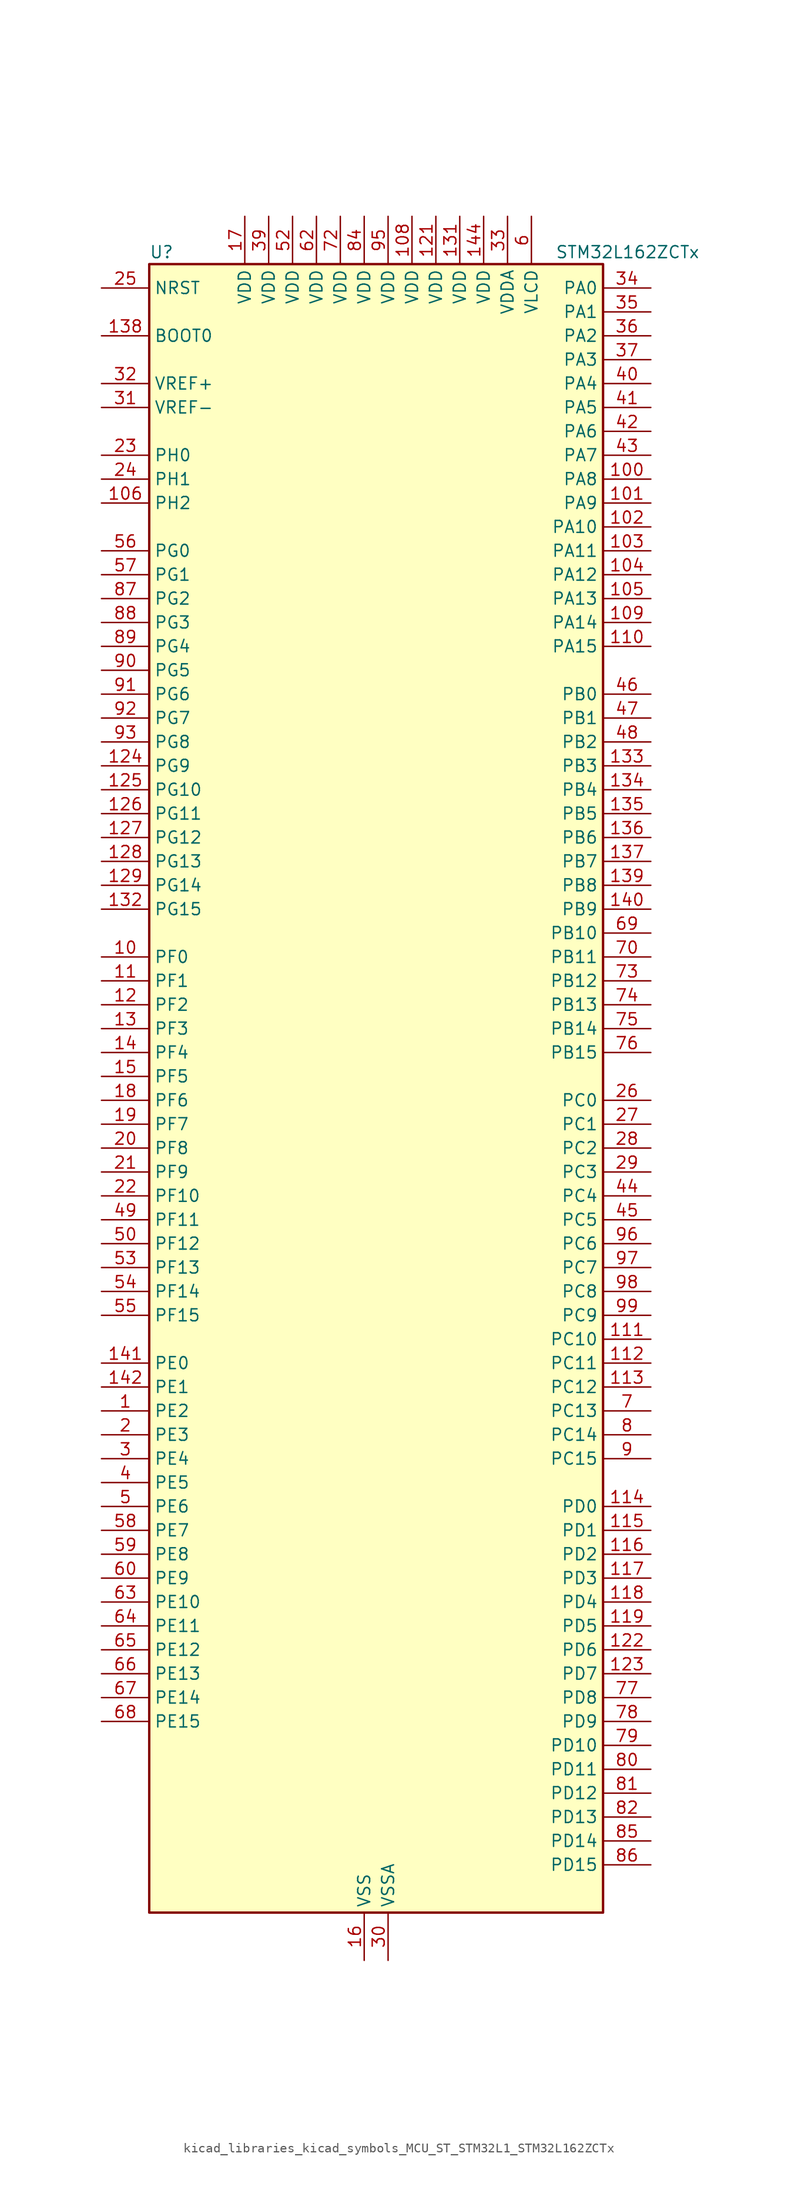
<source format=kicad_sym>
(kicad_symbol_lib
  (version 20220914)
  (generator kicad_symbol_editor)
  (symbol "kicad_libraries_kicad_symbols_MCU_ST_STM32L1_STM32L162ZCTx"
    (property "Reference" "U"
      (at -22.86 90.17 0)
      (effects (font (size 1.27 1.27)) (justify left)))
    (property "Value" "STM32L162ZCTx"
      (at 20.32 90.17 0)
      (effects (font (size 1.27 1.27)) (justify left)))
    (property "ki_locked" ""
      (at 0 0 0)
      (effects (font (size 1.27 1.27))))
    (symbol "kicad_libraries_kicad_symbols_MCU_ST_STM32L1_STM32L162ZCTx_0_1"
      (rectangle (start -22.86 -86.36) (end 25.4 88.9) (stroke (width 0.254) (type default)) (fill (type background))))
    (symbol "kicad_libraries_kicad_symbols_MCU_ST_STM32L1_STM32L162ZCTx_1_1"
      (pin bidirectional line (at -27.94 -33.02 0) (length 5.08) (name "PE2" (effects (font (size 1.27 1.27)))) (number "1" (effects (font (size 1.27 1.27)))) (alternate "LCD_SEG38" bidirectional line) (alternate "SYS_TRACECK" bidirectional line) (alternate "TIM3_ETR" bidirectional line) (alternate "TIMX_IC3" bidirectional line))
      (pin bidirectional line (at -27.94 15.24 0) (length 5.08) (name "PF0" (effects (font (size 1.27 1.27)))) (number "10" (effects (font (size 1.27 1.27)))))
      (pin bidirectional line (at 30.48 66.04 180) (length 5.08) (name "PA8" (effects (font (size 1.27 1.27)))) (number "100" (effects (font (size 1.27 1.27)))) (alternate "LCD_COM0" bidirectional line) (alternate "RCC_MCO" bidirectional line) (alternate "TIMX_IC1" bidirectional line) (alternate "TS_G4_IO1" bidirectional line) (alternate "USART1_CK" bidirectional line))
      (pin bidirectional line (at 30.48 63.5 180) (length 5.08) (name "PA9" (effects (font (size 1.27 1.27)))) (number "101" (effects (font (size 1.27 1.27)))) (alternate "DAC_EXTI9" bidirectional line) (alternate "LCD_COM1" bidirectional line) (alternate "TIMX_IC2" bidirectional line) (alternate "TS_G4_IO2" bidirectional line) (alternate "USART1_TX" bidirectional line))
      (pin bidirectional line (at 30.48 60.96 180) (length 5.08) (name "PA10" (effects (font (size 1.27 1.27)))) (number "102" (effects (font (size 1.27 1.27)))) (alternate "LCD_COM2" bidirectional line) (alternate "TIMX_IC3" bidirectional line) (alternate "TS_G4_IO3" bidirectional line) (alternate "USART1_RX" bidirectional line))
      (pin bidirectional line (at 30.48 58.42 180) (length 5.08) (name "PA11" (effects (font (size 1.27 1.27)))) (number "103" (effects (font (size 1.27 1.27)))) (alternate "ADC_EXTI11" bidirectional line) (alternate "SPI1_MISO" bidirectional line) (alternate "TIMX_IC4" bidirectional line) (alternate "USART1_CTS" bidirectional line) (alternate "USB_DM" bidirectional line))
      (pin bidirectional line (at 30.48 55.88 180) (length 5.08) (name "PA12" (effects (font (size 1.27 1.27)))) (number "104" (effects (font (size 1.27 1.27)))) (alternate "SPI1_MOSI" bidirectional line) (alternate "TIMX_IC1" bidirectional line) (alternate "USART1_RTS" bidirectional line) (alternate "USB_DP" bidirectional line))
      (pin bidirectional line (at 30.48 53.34 180) (length 5.08) (name "PA13" (effects (font (size 1.27 1.27)))) (number "105" (effects (font (size 1.27 1.27)))) (alternate "SYS_JTMS-SWDIO" bidirectional line) (alternate "TIMX_IC2" bidirectional line) (alternate "TS_G5_IO1" bidirectional line))
      (pin bidirectional line (at -27.94 63.5 0) (length 5.08) (name "PH2" (effects (font (size 1.27 1.27)))) (number "106" (effects (font (size 1.27 1.27)))))
      (pin passive line (at 0 -91.44 90) (length 5.08) hide (name "VSS" (effects (font (size 1.27 1.27)))) (number "107" (effects (font (size 1.27 1.27)))))
      (pin power_in line (at 5.08 93.98 270) (length 5.08) (name "VDD" (effects (font (size 1.27 1.27)))) (number "108" (effects (font (size 1.27 1.27)))))
      (pin bidirectional line (at 30.48 50.8 180) (length 5.08) (name "PA14" (effects (font (size 1.27 1.27)))) (number "109" (effects (font (size 1.27 1.27)))) (alternate "SYS_JTCK-SWCLK" bidirectional line) (alternate "TIMX_IC3" bidirectional line) (alternate "TS_G5_IO2" bidirectional line))
      (pin bidirectional line (at -27.94 12.7 0) (length 5.08) (name "PF1" (effects (font (size 1.27 1.27)))) (number "11" (effects (font (size 1.27 1.27)))))
      (pin bidirectional line (at 30.48 48.26 180) (length 5.08) (name "PA15" (effects (font (size 1.27 1.27)))) (number "110" (effects (font (size 1.27 1.27)))) (alternate "ADC_EXTI15" bidirectional line) (alternate "I2S3_WS" bidirectional line) (alternate "LCD_SEG17" bidirectional line) (alternate "SPI1_NSS" bidirectional line) (alternate "SPI3_NSS" bidirectional line) (alternate "SYS_JTDI" bidirectional line) (alternate "TIM2_CH1" bidirectional line) (alternate "TIM2_ETR" bidirectional line) (alternate "TIMX_IC4" bidirectional line) (alternate "TS_G5_IO3" bidirectional line))
      (pin bidirectional line (at 30.48 -25.4 180) (length 5.08) (name "PC10" (effects (font (size 1.27 1.27)))) (number "111" (effects (font (size 1.27 1.27)))) (alternate "I2S3_CK" bidirectional line) (alternate "LCD_COM4" bidirectional line) (alternate "LCD_SEG28" bidirectional line) (alternate "LCD_SEG40" bidirectional line) (alternate "SPI3_SCK" bidirectional line) (alternate "TIMX_IC3" bidirectional line) (alternate "USART3_TX" bidirectional line))
      (pin bidirectional line (at 30.48 -27.94 180) (length 5.08) (name "PC11" (effects (font (size 1.27 1.27)))) (number "112" (effects (font (size 1.27 1.27)))) (alternate "ADC_EXTI11" bidirectional line) (alternate "LCD_COM5" bidirectional line) (alternate "LCD_SEG29" bidirectional line) (alternate "LCD_SEG41" bidirectional line) (alternate "SPI3_MISO" bidirectional line) (alternate "TIMX_IC4" bidirectional line) (alternate "USART3_RX" bidirectional line))
      (pin bidirectional line (at 30.48 -30.48 180) (length 5.08) (name "PC12" (effects (font (size 1.27 1.27)))) (number "113" (effects (font (size 1.27 1.27)))) (alternate "I2S3_SD" bidirectional line) (alternate "LCD_COM6" bidirectional line) (alternate "LCD_SEG30" bidirectional line) (alternate "LCD_SEG42" bidirectional line) (alternate "SPI3_MOSI" bidirectional line) (alternate "TIMX_IC1" bidirectional line) (alternate "USART3_CK" bidirectional line))
      (pin bidirectional line (at 30.48 -43.18 180) (length 5.08) (name "PD0" (effects (font (size 1.27 1.27)))) (number "114" (effects (font (size 1.27 1.27)))) (alternate "I2S2_WS" bidirectional line) (alternate "SPI2_NSS" bidirectional line) (alternate "TIM9_CH1" bidirectional line) (alternate "TIMX_IC1" bidirectional line))
      (pin bidirectional line (at 30.48 -45.72 180) (length 5.08) (name "PD1" (effects (font (size 1.27 1.27)))) (number "115" (effects (font (size 1.27 1.27)))) (alternate "I2S2_CK" bidirectional line) (alternate "SPI2_SCK" bidirectional line) (alternate "TIMX_IC2" bidirectional line))
      (pin bidirectional line (at 30.48 -48.26 180) (length 5.08) (name "PD2" (effects (font (size 1.27 1.27)))) (number "116" (effects (font (size 1.27 1.27)))) (alternate "LCD_COM7" bidirectional line) (alternate "LCD_SEG31" bidirectional line) (alternate "LCD_SEG43" bidirectional line) (alternate "TIM3_ETR" bidirectional line) (alternate "TIMX_IC3" bidirectional line))
      (pin bidirectional line (at 30.48 -50.8 180) (length 5.08) (name "PD3" (effects (font (size 1.27 1.27)))) (number "117" (effects (font (size 1.27 1.27)))) (alternate "SPI2_MISO" bidirectional line) (alternate "TIMX_IC4" bidirectional line) (alternate "USART2_CTS" bidirectional line))
      (pin bidirectional line (at 30.48 -53.34 180) (length 5.08) (name "PD4" (effects (font (size 1.27 1.27)))) (number "118" (effects (font (size 1.27 1.27)))) (alternate "I2S2_SD" bidirectional line) (alternate "SPI2_MOSI" bidirectional line) (alternate "TIMX_IC1" bidirectional line) (alternate "USART2_RTS" bidirectional line))
      (pin bidirectional line (at 30.48 -55.88 180) (length 5.08) (name "PD5" (effects (font (size 1.27 1.27)))) (number "119" (effects (font (size 1.27 1.27)))) (alternate "TIMX_IC2" bidirectional line) (alternate "USART2_TX" bidirectional line))
      (pin bidirectional line (at -27.94 10.16 0) (length 5.08) (name "PF2" (effects (font (size 1.27 1.27)))) (number "12" (effects (font (size 1.27 1.27)))))
      (pin passive line (at 0 -91.44 90) (length 5.08) hide (name "VSS" (effects (font (size 1.27 1.27)))) (number "120" (effects (font (size 1.27 1.27)))))
      (pin power_in line (at 7.62 93.98 270) (length 5.08) (name "VDD" (effects (font (size 1.27 1.27)))) (number "121" (effects (font (size 1.27 1.27)))))
      (pin bidirectional line (at 30.48 -58.42 180) (length 5.08) (name "PD6" (effects (font (size 1.27 1.27)))) (number "122" (effects (font (size 1.27 1.27)))) (alternate "TIMX_IC3" bidirectional line) (alternate "USART2_RX" bidirectional line))
      (pin bidirectional line (at 30.48 -60.96 180) (length 5.08) (name "PD7" (effects (font (size 1.27 1.27)))) (number "123" (effects (font (size 1.27 1.27)))) (alternate "TIM9_CH2" bidirectional line) (alternate "TIMX_IC4" bidirectional line) (alternate "USART2_CK" bidirectional line))
      (pin bidirectional line (at -27.94 35.56 0) (length 5.08) (name "PG9" (effects (font (size 1.27 1.27)))) (number "124" (effects (font (size 1.27 1.27)))) (alternate "DAC_EXTI9" bidirectional line))
      (pin bidirectional line (at -27.94 33.02 0) (length 5.08) (name "PG10" (effects (font (size 1.27 1.27)))) (number "125" (effects (font (size 1.27 1.27)))))
      (pin bidirectional line (at -27.94 30.48 0) (length 5.08) (name "PG11" (effects (font (size 1.27 1.27)))) (number "126" (effects (font (size 1.27 1.27)))) (alternate "ADC_EXTI11" bidirectional line))
      (pin bidirectional line (at -27.94 27.94 0) (length 5.08) (name "PG12" (effects (font (size 1.27 1.27)))) (number "127" (effects (font (size 1.27 1.27)))))
      (pin bidirectional line (at -27.94 25.4 0) (length 5.08) (name "PG13" (effects (font (size 1.27 1.27)))) (number "128" (effects (font (size 1.27 1.27)))))
      (pin bidirectional line (at -27.94 22.86 0) (length 5.08) (name "PG14" (effects (font (size 1.27 1.27)))) (number "129" (effects (font (size 1.27 1.27)))))
      (pin bidirectional line (at -27.94 7.62 0) (length 5.08) (name "PF3" (effects (font (size 1.27 1.27)))) (number "13" (effects (font (size 1.27 1.27)))))
      (pin passive line (at 0 -91.44 90) (length 5.08) hide (name "VSS" (effects (font (size 1.27 1.27)))) (number "130" (effects (font (size 1.27 1.27)))))
      (pin power_in line (at 10.16 93.98 270) (length 5.08) (name "VDD" (effects (font (size 1.27 1.27)))) (number "131" (effects (font (size 1.27 1.27)))))
      (pin bidirectional line (at -27.94 20.32 0) (length 5.08) (name "PG15" (effects (font (size 1.27 1.27)))) (number "132" (effects (font (size 1.27 1.27)))) (alternate "ADC_EXTI15" bidirectional line))
      (pin bidirectional line (at 30.48 35.56 180) (length 5.08) (name "PB3" (effects (font (size 1.27 1.27)))) (number "133" (effects (font (size 1.27 1.27)))) (alternate "COMP2_INM" bidirectional line) (alternate "I2S3_CK" bidirectional line) (alternate "LCD_SEG7" bidirectional line) (alternate "SPI1_SCK" bidirectional line) (alternate "SPI3_SCK" bidirectional line) (alternate "SYS_JTDO-TRACESWO" bidirectional line) (alternate "TIM2_CH2" bidirectional line))
      (pin bidirectional line (at 30.48 33.02 180) (length 5.08) (name "PB4" (effects (font (size 1.27 1.27)))) (number "134" (effects (font (size 1.27 1.27)))) (alternate "COMP2_INP" bidirectional line) (alternate "LCD_SEG8" bidirectional line) (alternate "SPI1_MISO" bidirectional line) (alternate "SPI3_MISO" bidirectional line) (alternate "SYS_JTRST" bidirectional line) (alternate "TIM3_CH1" bidirectional line) (alternate "TS_G6_IO1" bidirectional line))
      (pin bidirectional line (at 30.48 30.48 180) (length 5.08) (name "PB5" (effects (font (size 1.27 1.27)))) (number "135" (effects (font (size 1.27 1.27)))) (alternate "COMP2_INP" bidirectional line) (alternate "I2C1_SMBA" bidirectional line) (alternate "I2S3_SD" bidirectional line) (alternate "LCD_SEG9" bidirectional line) (alternate "SPI1_MOSI" bidirectional line) (alternate "SPI3_MOSI" bidirectional line) (alternate "TIM3_CH2" bidirectional line) (alternate "TS_G6_IO2" bidirectional line))
      (pin bidirectional line (at 30.48 27.94 180) (length 5.08) (name "PB6" (effects (font (size 1.27 1.27)))) (number "136" (effects (font (size 1.27 1.27)))) (alternate "COMP2_INP" bidirectional line) (alternate "I2C1_SCL" bidirectional line) (alternate "TIM4_CH1" bidirectional line) (alternate "TS_G6_IO3" bidirectional line) (alternate "USART1_TX" bidirectional line))
      (pin bidirectional line (at 30.48 25.4 180) (length 5.08) (name "PB7" (effects (font (size 1.27 1.27)))) (number "137" (effects (font (size 1.27 1.27)))) (alternate "COMP2_INP" bidirectional line) (alternate "I2C1_SDA" bidirectional line) (alternate "SYS_PVD_IN" bidirectional line) (alternate "TIM4_CH2" bidirectional line) (alternate "TS_G6_IO4" bidirectional line) (alternate "USART1_RX" bidirectional line))
      (pin input line (at -27.94 81.28 0) (length 5.08) (name "BOOT0" (effects (font (size 1.27 1.27)))) (number "138" (effects (font (size 1.27 1.27)))))
      (pin bidirectional line (at 30.48 22.86 180) (length 5.08) (name "PB8" (effects (font (size 1.27 1.27)))) (number "139" (effects (font (size 1.27 1.27)))) (alternate "I2C1_SCL" bidirectional line) (alternate "LCD_SEG16" bidirectional line) (alternate "TIM10_CH1" bidirectional line) (alternate "TIM4_CH3" bidirectional line))
      (pin bidirectional line (at -27.94 5.08 0) (length 5.08) (name "PF4" (effects (font (size 1.27 1.27)))) (number "14" (effects (font (size 1.27 1.27)))))
      (pin bidirectional line (at 30.48 20.32 180) (length 5.08) (name "PB9" (effects (font (size 1.27 1.27)))) (number "140" (effects (font (size 1.27 1.27)))) (alternate "DAC_EXTI9" bidirectional line) (alternate "I2C1_SDA" bidirectional line) (alternate "LCD_COM3" bidirectional line) (alternate "TIM11_CH1" bidirectional line) (alternate "TIM4_CH4" bidirectional line))
      (pin bidirectional line (at -27.94 -27.94 0) (length 5.08) (name "PE0" (effects (font (size 1.27 1.27)))) (number "141" (effects (font (size 1.27 1.27)))) (alternate "LCD_SEG36" bidirectional line) (alternate "TIM10_CH1" bidirectional line) (alternate "TIM4_ETR" bidirectional line) (alternate "TIMX_IC1" bidirectional line))
      (pin bidirectional line (at -27.94 -30.48 0) (length 5.08) (name "PE1" (effects (font (size 1.27 1.27)))) (number "142" (effects (font (size 1.27 1.27)))) (alternate "LCD_SEG37" bidirectional line) (alternate "TIM11_CH1" bidirectional line) (alternate "TIMX_IC2" bidirectional line))
      (pin passive line (at 0 -91.44 90) (length 5.08) hide (name "VSS" (effects (font (size 1.27 1.27)))) (number "143" (effects (font (size 1.27 1.27)))))
      (pin power_in line (at 12.7 93.98 270) (length 5.08) (name "VDD" (effects (font (size 1.27 1.27)))) (number "144" (effects (font (size 1.27 1.27)))))
      (pin bidirectional line (at -27.94 2.54 0) (length 5.08) (name "PF5" (effects (font (size 1.27 1.27)))) (number "15" (effects (font (size 1.27 1.27)))))
      (pin power_in line (at 0 -91.44 90) (length 5.08) (name "VSS" (effects (font (size 1.27 1.27)))) (number "16" (effects (font (size 1.27 1.27)))))
      (pin power_in line (at -12.7 93.98 270) (length 5.08) (name "VDD" (effects (font (size 1.27 1.27)))) (number "17" (effects (font (size 1.27 1.27)))))
      (pin bidirectional line (at -27.94 0 0) (length 5.08) (name "PF6" (effects (font (size 1.27 1.27)))) (number "18" (effects (font (size 1.27 1.27)))) (alternate "ADC_IN27" bidirectional line) (alternate "TIM5_CH1" bidirectional line) (alternate "TIM5_ETR" bidirectional line) (alternate "TS_G11_IO1" bidirectional line))
      (pin bidirectional line (at -27.94 -2.54 0) (length 5.08) (name "PF7" (effects (font (size 1.27 1.27)))) (number "19" (effects (font (size 1.27 1.27)))) (alternate "ADC_IN28" bidirectional line) (alternate "COMP1_INP" bidirectional line) (alternate "TIM5_CH2" bidirectional line) (alternate "TS_G11_IO2" bidirectional line))
      (pin bidirectional line (at -27.94 -35.56 0) (length 5.08) (name "PE3" (effects (font (size 1.27 1.27)))) (number "2" (effects (font (size 1.27 1.27)))) (alternate "LCD_SEG39" bidirectional line) (alternate "SYS_TRACED0" bidirectional line) (alternate "TIM3_CH1" bidirectional line) (alternate "TIMX_IC4" bidirectional line))
      (pin bidirectional line (at -27.94 -5.08 0) (length 5.08) (name "PF8" (effects (font (size 1.27 1.27)))) (number "20" (effects (font (size 1.27 1.27)))) (alternate "ADC_IN29" bidirectional line) (alternate "COMP1_INP" bidirectional line) (alternate "TIM5_CH3" bidirectional line) (alternate "TS_G11_IO3" bidirectional line))
      (pin bidirectional line (at -27.94 -7.62 0) (length 5.08) (name "PF9" (effects (font (size 1.27 1.27)))) (number "21" (effects (font (size 1.27 1.27)))) (alternate "ADC_IN30" bidirectional line) (alternate "COMP1_INP" bidirectional line) (alternate "DAC_EXTI9" bidirectional line) (alternate "TIM5_CH4" bidirectional line) (alternate "TS_G11_IO4" bidirectional line))
      (pin bidirectional line (at -27.94 -10.16 0) (length 5.08) (name "PF10" (effects (font (size 1.27 1.27)))) (number "22" (effects (font (size 1.27 1.27)))) (alternate "ADC_IN31" bidirectional line) (alternate "COMP1_INP" bidirectional line) (alternate "TS_G11_IO5" bidirectional line))
      (pin bidirectional line (at -27.94 68.58 0) (length 5.08) (name "PH0" (effects (font (size 1.27 1.27)))) (number "23" (effects (font (size 1.27 1.27)))) (alternate "RCC_OSC_IN" bidirectional line))
      (pin bidirectional line (at -27.94 66.04 0) (length 5.08) (name "PH1" (effects (font (size 1.27 1.27)))) (number "24" (effects (font (size 1.27 1.27)))) (alternate "RCC_OSC_OUT" bidirectional line))
      (pin input line (at -27.94 86.36 0) (length 5.08) (name "NRST" (effects (font (size 1.27 1.27)))) (number "25" (effects (font (size 1.27 1.27)))))
      (pin bidirectional line (at 30.48 0 180) (length 5.08) (name "PC0" (effects (font (size 1.27 1.27)))) (number "26" (effects (font (size 1.27 1.27)))) (alternate "ADC_IN10" bidirectional line) (alternate "COMP1_INP" bidirectional line) (alternate "LCD_SEG18" bidirectional line) (alternate "TIMX_IC1" bidirectional line) (alternate "TS_G8_IO1" bidirectional line))
      (pin bidirectional line (at 30.48 -2.54 180) (length 5.08) (name "PC1" (effects (font (size 1.27 1.27)))) (number "27" (effects (font (size 1.27 1.27)))) (alternate "ADC_IN11" bidirectional line) (alternate "COMP1_INP" bidirectional line) (alternate "LCD_SEG19" bidirectional line) (alternate "TIMX_IC2" bidirectional line) (alternate "TS_G8_IO2" bidirectional line))
      (pin bidirectional line (at 30.48 -5.08 180) (length 5.08) (name "PC2" (effects (font (size 1.27 1.27)))) (number "28" (effects (font (size 1.27 1.27)))) (alternate "ADC_IN12" bidirectional line) (alternate "COMP1_INP" bidirectional line) (alternate "LCD_SEG20" bidirectional line) (alternate "TIMX_IC3" bidirectional line) (alternate "TS_G8_IO3" bidirectional line))
      (pin bidirectional line (at 30.48 -7.62 180) (length 5.08) (name "PC3" (effects (font (size 1.27 1.27)))) (number "29" (effects (font (size 1.27 1.27)))) (alternate "ADC_IN13" bidirectional line) (alternate "COMP1_INP" bidirectional line) (alternate "LCD_SEG21" bidirectional line) (alternate "TIMX_IC4" bidirectional line) (alternate "TS_G8_IO4" bidirectional line))
      (pin bidirectional line (at -27.94 -38.1 0) (length 5.08) (name "PE4" (effects (font (size 1.27 1.27)))) (number "3" (effects (font (size 1.27 1.27)))) (alternate "SYS_TRACED1" bidirectional line) (alternate "TIM3_CH2" bidirectional line) (alternate "TIMX_IC1" bidirectional line))
      (pin power_in line (at 2.54 -91.44 90) (length 5.08) (name "VSSA" (effects (font (size 1.27 1.27)))) (number "30" (effects (font (size 1.27 1.27)))))
      (pin input line (at -27.94 73.66 0) (length 5.08) (name "VREF-" (effects (font (size 1.27 1.27)))) (number "31" (effects (font (size 1.27 1.27)))))
      (pin input line (at -27.94 76.2 0) (length 5.08) (name "VREF+" (effects (font (size 1.27 1.27)))) (number "32" (effects (font (size 1.27 1.27)))))
      (pin power_in line (at 15.24 93.98 270) (length 5.08) (name "VDDA" (effects (font (size 1.27 1.27)))) (number "33" (effects (font (size 1.27 1.27)))))
      (pin bidirectional line (at 30.48 86.36 180) (length 5.08) (name "PA0" (effects (font (size 1.27 1.27)))) (number "34" (effects (font (size 1.27 1.27)))) (alternate "ADC_IN0" bidirectional line) (alternate "COMP1_INP" bidirectional line) (alternate "RTC_TAMP2" bidirectional line) (alternate "SYS_WKUP1" bidirectional line) (alternate "TIM2_CH1" bidirectional line) (alternate "TIM2_ETR" bidirectional line) (alternate "TIM5_CH1" bidirectional line) (alternate "TIMX_IC1" bidirectional line) (alternate "TS_G1_IO1" bidirectional line) (alternate "USART2_CTS" bidirectional line))
      (pin bidirectional line (at 30.48 83.82 180) (length 5.08) (name "PA1" (effects (font (size 1.27 1.27)))) (number "35" (effects (font (size 1.27 1.27)))) (alternate "ADC_IN1" bidirectional line) (alternate "COMP1_INP" bidirectional line) (alternate "LCD_SEG0" bidirectional line) (alternate "OPAMP1_VINP" bidirectional line) (alternate "TIM2_CH2" bidirectional line) (alternate "TIM5_CH2" bidirectional line) (alternate "TIMX_IC2" bidirectional line) (alternate "TS_G1_IO2" bidirectional line) (alternate "USART2_RTS" bidirectional line))
      (pin bidirectional line (at 30.48 81.28 180) (length 5.08) (name "PA2" (effects (font (size 1.27 1.27)))) (number "36" (effects (font (size 1.27 1.27)))) (alternate "ADC_IN2" bidirectional line) (alternate "COMP1_INP" bidirectional line) (alternate "LCD_SEG1" bidirectional line) (alternate "OPAMP1_VINM" bidirectional line) (alternate "TIM2_CH3" bidirectional line) (alternate "TIM5_CH3" bidirectional line) (alternate "TIM9_CH1" bidirectional line) (alternate "TIMX_IC3" bidirectional line) (alternate "TS_G1_IO3" bidirectional line) (alternate "USART2_TX" bidirectional line))
      (pin bidirectional line (at 30.48 78.74 180) (length 5.08) (name "PA3" (effects (font (size 1.27 1.27)))) (number "37" (effects (font (size 1.27 1.27)))) (alternate "ADC_IN3" bidirectional line) (alternate "COMP1_INP" bidirectional line) (alternate "LCD_SEG2" bidirectional line) (alternate "OPAMP1_VOUT" bidirectional line) (alternate "TIM2_CH4" bidirectional line) (alternate "TIM5_CH4" bidirectional line) (alternate "TIM9_CH2" bidirectional line) (alternate "TIMX_IC4" bidirectional line) (alternate "TS_G1_IO4" bidirectional line) (alternate "USART2_RX" bidirectional line))
      (pin passive line (at 0 -91.44 90) (length 5.08) hide (name "VSS" (effects (font (size 1.27 1.27)))) (number "38" (effects (font (size 1.27 1.27)))))
      (pin power_in line (at -10.16 93.98 270) (length 5.08) (name "VDD" (effects (font (size 1.27 1.27)))) (number "39" (effects (font (size 1.27 1.27)))))
      (pin bidirectional line (at -27.94 -40.64 0) (length 5.08) (name "PE5" (effects (font (size 1.27 1.27)))) (number "4" (effects (font (size 1.27 1.27)))) (alternate "SYS_TRACED2" bidirectional line) (alternate "TIM9_CH1" bidirectional line) (alternate "TIMX_IC2" bidirectional line))
      (pin bidirectional line (at 30.48 76.2 180) (length 5.08) (name "PA4" (effects (font (size 1.27 1.27)))) (number "40" (effects (font (size 1.27 1.27)))) (alternate "ADC_IN4" bidirectional line) (alternate "COMP1_INP" bidirectional line) (alternate "DAC_OUT1" bidirectional line) (alternate "I2S3_WS" bidirectional line) (alternate "SPI1_NSS" bidirectional line) (alternate "SPI3_NSS" bidirectional line) (alternate "TIMX_IC1" bidirectional line) (alternate "USART2_CK" bidirectional line))
      (pin bidirectional line (at 30.48 73.66 180) (length 5.08) (name "PA5" (effects (font (size 1.27 1.27)))) (number "41" (effects (font (size 1.27 1.27)))) (alternate "ADC_IN5" bidirectional line) (alternate "COMP1_INP" bidirectional line) (alternate "DAC_OUT2" bidirectional line) (alternate "SPI1_SCK" bidirectional line) (alternate "TIM2_CH1" bidirectional line) (alternate "TIM2_ETR" bidirectional line) (alternate "TIMX_IC2" bidirectional line))
      (pin bidirectional line (at 30.48 71.12 180) (length 5.08) (name "PA6" (effects (font (size 1.27 1.27)))) (number "42" (effects (font (size 1.27 1.27)))) (alternate "ADC_IN6" bidirectional line) (alternate "COMP1_INP" bidirectional line) (alternate "LCD_SEG3" bidirectional line) (alternate "OPAMP2_VINP" bidirectional line) (alternate "SPI1_MISO" bidirectional line) (alternate "TIM10_CH1" bidirectional line) (alternate "TIM3_CH1" bidirectional line) (alternate "TIMX_IC3" bidirectional line) (alternate "TS_G2_IO1" bidirectional line))
      (pin bidirectional line (at 30.48 68.58 180) (length 5.08) (name "PA7" (effects (font (size 1.27 1.27)))) (number "43" (effects (font (size 1.27 1.27)))) (alternate "ADC_IN7" bidirectional line) (alternate "COMP1_INP" bidirectional line) (alternate "LCD_SEG4" bidirectional line) (alternate "OPAMP2_VINM" bidirectional line) (alternate "SPI1_MOSI" bidirectional line) (alternate "TIM11_CH1" bidirectional line) (alternate "TIM3_CH2" bidirectional line) (alternate "TIMX_IC4" bidirectional line) (alternate "TS_G2_IO2" bidirectional line))
      (pin bidirectional line (at 30.48 -10.16 180) (length 5.08) (name "PC4" (effects (font (size 1.27 1.27)))) (number "44" (effects (font (size 1.27 1.27)))) (alternate "ADC_IN14" bidirectional line) (alternate "COMP1_INP" bidirectional line) (alternate "LCD_SEG22" bidirectional line) (alternate "TIMX_IC1" bidirectional line) (alternate "TS_G9_IO1" bidirectional line))
      (pin bidirectional line (at 30.48 -12.7 180) (length 5.08) (name "PC5" (effects (font (size 1.27 1.27)))) (number "45" (effects (font (size 1.27 1.27)))) (alternate "ADC_IN15" bidirectional line) (alternate "COMP1_INP" bidirectional line) (alternate "LCD_SEG23" bidirectional line) (alternate "TIMX_IC2" bidirectional line) (alternate "TS_G9_IO2" bidirectional line))
      (pin bidirectional line (at 30.48 43.18 180) (length 5.08) (name "PB0" (effects (font (size 1.27 1.27)))) (number "46" (effects (font (size 1.27 1.27)))) (alternate "ADC_IN8" bidirectional line) (alternate "COMP1_INP" bidirectional line) (alternate "LCD_SEG5" bidirectional line) (alternate "OPAMP2_VOUT" bidirectional line) (alternate "SYS_V_REF_OUT" bidirectional line) (alternate "TIM3_CH3" bidirectional line) (alternate "TS_G3_IO1" bidirectional line))
      (pin bidirectional line (at 30.48 40.64 180) (length 5.08) (name "PB1" (effects (font (size 1.27 1.27)))) (number "47" (effects (font (size 1.27 1.27)))) (alternate "ADC_IN9" bidirectional line) (alternate "COMP1_INP" bidirectional line) (alternate "LCD_SEG6" bidirectional line) (alternate "SYS_V_REF_OUT" bidirectional line) (alternate "TIM3_CH4" bidirectional line) (alternate "TS_G3_IO2" bidirectional line))
      (pin bidirectional line (at 30.48 38.1 180) (length 5.08) (name "PB2" (effects (font (size 1.27 1.27)))) (number "48" (effects (font (size 1.27 1.27)))) (alternate "ADC_IN0b" bidirectional line) (alternate "TS_G3_IO3" bidirectional line))
      (pin bidirectional line (at -27.94 -12.7 0) (length 5.08) (name "PF11" (effects (font (size 1.27 1.27)))) (number "49" (effects (font (size 1.27 1.27)))) (alternate "ADC_EXTI11" bidirectional line) (alternate "ADC_IN1b" bidirectional line) (alternate "TS_G3_IO4" bidirectional line))
      (pin bidirectional line (at -27.94 -43.18 0) (length 5.08) (name "PE6" (effects (font (size 1.27 1.27)))) (number "5" (effects (font (size 1.27 1.27)))) (alternate "RTC_TAMP3" bidirectional line) (alternate "SYS_TRACED3" bidirectional line) (alternate "SYS_WKUP3" bidirectional line) (alternate "TIM9_CH2" bidirectional line) (alternate "TIMX_IC3" bidirectional line))
      (pin bidirectional line (at -27.94 -15.24 0) (length 5.08) (name "PF12" (effects (font (size 1.27 1.27)))) (number "50" (effects (font (size 1.27 1.27)))) (alternate "ADC_IN2b" bidirectional line) (alternate "TS_G3_IO5" bidirectional line))
      (pin passive line (at 0 -91.44 90) (length 5.08) hide (name "VSS" (effects (font (size 1.27 1.27)))) (number "51" (effects (font (size 1.27 1.27)))))
      (pin power_in line (at -7.62 93.98 270) (length 5.08) (name "VDD" (effects (font (size 1.27 1.27)))) (number "52" (effects (font (size 1.27 1.27)))))
      (pin bidirectional line (at -27.94 -17.78 0) (length 5.08) (name "PF13" (effects (font (size 1.27 1.27)))) (number "53" (effects (font (size 1.27 1.27)))) (alternate "ADC_IN3b" bidirectional line) (alternate "TS_G9_IO3" bidirectional line))
      (pin bidirectional line (at -27.94 -20.32 0) (length 5.08) (name "PF14" (effects (font (size 1.27 1.27)))) (number "54" (effects (font (size 1.27 1.27)))) (alternate "ADC_IN6b" bidirectional line) (alternate "TS_G9_IO4" bidirectional line))
      (pin bidirectional line (at -27.94 -22.86 0) (length 5.08) (name "PF15" (effects (font (size 1.27 1.27)))) (number "55" (effects (font (size 1.27 1.27)))) (alternate "ADC_EXTI15" bidirectional line) (alternate "ADC_IN7b" bidirectional line) (alternate "TS_G2_IO3" bidirectional line))
      (pin bidirectional line (at -27.94 58.42 0) (length 5.08) (name "PG0" (effects (font (size 1.27 1.27)))) (number "56" (effects (font (size 1.27 1.27)))) (alternate "ADC_IN8b" bidirectional line) (alternate "TS_G2_IO4" bidirectional line))
      (pin bidirectional line (at -27.94 55.88 0) (length 5.08) (name "PG1" (effects (font (size 1.27 1.27)))) (number "57" (effects (font (size 1.27 1.27)))) (alternate "ADC_IN9b" bidirectional line) (alternate "TS_G2_IO5" bidirectional line))
      (pin bidirectional line (at -27.94 -45.72 0) (length 5.08) (name "PE7" (effects (font (size 1.27 1.27)))) (number "58" (effects (font (size 1.27 1.27)))) (alternate "ADC_IN22" bidirectional line) (alternate "COMP1_INP" bidirectional line) (alternate "TIMX_IC4" bidirectional line))
      (pin bidirectional line (at -27.94 -48.26 0) (length 5.08) (name "PE8" (effects (font (size 1.27 1.27)))) (number "59" (effects (font (size 1.27 1.27)))) (alternate "ADC_IN23" bidirectional line) (alternate "COMP1_INP" bidirectional line) (alternate "TIMX_IC1" bidirectional line))
      (pin power_in line (at 17.78 93.98 270) (length 5.08) (name "VLCD" (effects (font (size 1.27 1.27)))) (number "6" (effects (font (size 1.27 1.27)))))
      (pin bidirectional line (at -27.94 -50.8 0) (length 5.08) (name "PE9" (effects (font (size 1.27 1.27)))) (number "60" (effects (font (size 1.27 1.27)))) (alternate "ADC_IN24" bidirectional line) (alternate "COMP1_INP" bidirectional line) (alternate "DAC_EXTI9" bidirectional line) (alternate "TIM2_CH1" bidirectional line) (alternate "TIM2_ETR" bidirectional line) (alternate "TIMX_IC2" bidirectional line))
      (pin passive line (at 0 -91.44 90) (length 5.08) hide (name "VSS" (effects (font (size 1.27 1.27)))) (number "61" (effects (font (size 1.27 1.27)))))
      (pin power_in line (at -5.08 93.98 270) (length 5.08) (name "VDD" (effects (font (size 1.27 1.27)))) (number "62" (effects (font (size 1.27 1.27)))))
      (pin bidirectional line (at -27.94 -53.34 0) (length 5.08) (name "PE10" (effects (font (size 1.27 1.27)))) (number "63" (effects (font (size 1.27 1.27)))) (alternate "ADC_IN25" bidirectional line) (alternate "COMP1_INP" bidirectional line) (alternate "TIM2_CH2" bidirectional line) (alternate "TIMX_IC3" bidirectional line))
      (pin bidirectional line (at -27.94 -55.88 0) (length 5.08) (name "PE11" (effects (font (size 1.27 1.27)))) (number "64" (effects (font (size 1.27 1.27)))) (alternate "ADC_EXTI11" bidirectional line) (alternate "TIM2_CH3" bidirectional line) (alternate "TIMX_IC4" bidirectional line))
      (pin bidirectional line (at -27.94 -58.42 0) (length 5.08) (name "PE12" (effects (font (size 1.27 1.27)))) (number "65" (effects (font (size 1.27 1.27)))) (alternate "SPI1_NSS" bidirectional line) (alternate "TIM2_CH4" bidirectional line) (alternate "TIMX_IC1" bidirectional line))
      (pin bidirectional line (at -27.94 -60.96 0) (length 5.08) (name "PE13" (effects (font (size 1.27 1.27)))) (number "66" (effects (font (size 1.27 1.27)))) (alternate "SPI1_SCK" bidirectional line) (alternate "TIMX_IC2" bidirectional line))
      (pin bidirectional line (at -27.94 -63.5 0) (length 5.08) (name "PE14" (effects (font (size 1.27 1.27)))) (number "67" (effects (font (size 1.27 1.27)))) (alternate "SPI1_MISO" bidirectional line) (alternate "TIMX_IC3" bidirectional line))
      (pin bidirectional line (at -27.94 -66.04 0) (length 5.08) (name "PE15" (effects (font (size 1.27 1.27)))) (number "68" (effects (font (size 1.27 1.27)))) (alternate "ADC_EXTI15" bidirectional line) (alternate "SPI1_MOSI" bidirectional line) (alternate "TIMX_IC4" bidirectional line))
      (pin bidirectional line (at 30.48 17.78 180) (length 5.08) (name "PB10" (effects (font (size 1.27 1.27)))) (number "69" (effects (font (size 1.27 1.27)))) (alternate "I2C2_SCL" bidirectional line) (alternate "LCD_SEG10" bidirectional line) (alternate "TIM2_CH3" bidirectional line) (alternate "USART3_TX" bidirectional line))
      (pin bidirectional line (at 30.48 -33.02 180) (length 5.08) (name "PC13" (effects (font (size 1.27 1.27)))) (number "7" (effects (font (size 1.27 1.27)))) (alternate "RTC_OUT_ALARM" bidirectional line) (alternate "RTC_OUT_CALIB" bidirectional line) (alternate "RTC_TAMP1" bidirectional line) (alternate "RTC_TS" bidirectional line) (alternate "SYS_WKUP2" bidirectional line) (alternate "TIMX_IC2" bidirectional line))
      (pin bidirectional line (at 30.48 15.24 180) (length 5.08) (name "PB11" (effects (font (size 1.27 1.27)))) (number "70" (effects (font (size 1.27 1.27)))) (alternate "ADC_EXTI11" bidirectional line) (alternate "I2C2_SDA" bidirectional line) (alternate "LCD_SEG11" bidirectional line) (alternate "TIM2_CH4" bidirectional line) (alternate "USART3_RX" bidirectional line))
      (pin passive line (at 0 -91.44 90) (length 5.08) hide (name "VSS" (effects (font (size 1.27 1.27)))) (number "71" (effects (font (size 1.27 1.27)))))
      (pin power_in line (at -2.54 93.98 270) (length 5.08) (name "VDD" (effects (font (size 1.27 1.27)))) (number "72" (effects (font (size 1.27 1.27)))))
      (pin bidirectional line (at 30.48 12.7 180) (length 5.08) (name "PB12" (effects (font (size 1.27 1.27)))) (number "73" (effects (font (size 1.27 1.27)))) (alternate "ADC_IN18" bidirectional line) (alternate "COMP1_INP" bidirectional line) (alternate "I2C2_SMBA" bidirectional line) (alternate "I2S2_WS" bidirectional line) (alternate "LCD_SEG12" bidirectional line) (alternate "SPI2_NSS" bidirectional line) (alternate "TIM10_CH1" bidirectional line) (alternate "TS_G7_IO1" bidirectional line) (alternate "USART3_CK" bidirectional line))
      (pin bidirectional line (at 30.48 10.16 180) (length 5.08) (name "PB13" (effects (font (size 1.27 1.27)))) (number "74" (effects (font (size 1.27 1.27)))) (alternate "ADC_IN19" bidirectional line) (alternate "COMP1_INP" bidirectional line) (alternate "I2S2_CK" bidirectional line) (alternate "LCD_SEG13" bidirectional line) (alternate "SPI2_SCK" bidirectional line) (alternate "TIM9_CH1" bidirectional line) (alternate "TS_G7_IO2" bidirectional line) (alternate "USART3_CTS" bidirectional line))
      (pin bidirectional line (at 30.48 7.62 180) (length 5.08) (name "PB14" (effects (font (size 1.27 1.27)))) (number "75" (effects (font (size 1.27 1.27)))) (alternate "ADC_IN20" bidirectional line) (alternate "COMP1_INP" bidirectional line) (alternate "LCD_SEG14" bidirectional line) (alternate "SPI2_MISO" bidirectional line) (alternate "TIM9_CH2" bidirectional line) (alternate "TS_G7_IO3" bidirectional line) (alternate "USART3_RTS" bidirectional line))
      (pin bidirectional line (at 30.48 5.08 180) (length 5.08) (name "PB15" (effects (font (size 1.27 1.27)))) (number "76" (effects (font (size 1.27 1.27)))) (alternate "ADC_EXTI15" bidirectional line) (alternate "ADC_IN21" bidirectional line) (alternate "COMP1_INP" bidirectional line) (alternate "I2S2_SD" bidirectional line) (alternate "LCD_SEG15" bidirectional line) (alternate "RTC_REFIN" bidirectional line) (alternate "SPI2_MOSI" bidirectional line) (alternate "TIM11_CH1" bidirectional line) (alternate "TS_G7_IO4" bidirectional line))
      (pin bidirectional line (at 30.48 -63.5 180) (length 5.08) (name "PD8" (effects (font (size 1.27 1.27)))) (number "77" (effects (font (size 1.27 1.27)))) (alternate "LCD_SEG28" bidirectional line) (alternate "TIMX_IC1" bidirectional line) (alternate "USART3_TX" bidirectional line))
      (pin bidirectional line (at 30.48 -66.04 180) (length 5.08) (name "PD9" (effects (font (size 1.27 1.27)))) (number "78" (effects (font (size 1.27 1.27)))) (alternate "DAC_EXTI9" bidirectional line) (alternate "LCD_SEG29" bidirectional line) (alternate "TIMX_IC2" bidirectional line) (alternate "USART3_RX" bidirectional line))
      (pin bidirectional line (at 30.48 -68.58 180) (length 5.08) (name "PD10" (effects (font (size 1.27 1.27)))) (number "79" (effects (font (size 1.27 1.27)))) (alternate "LCD_SEG30" bidirectional line) (alternate "TIMX_IC3" bidirectional line) (alternate "USART3_CK" bidirectional line))
      (pin bidirectional line (at 30.48 -35.56 180) (length 5.08) (name "PC14" (effects (font (size 1.27 1.27)))) (number "8" (effects (font (size 1.27 1.27)))) (alternate "RCC_OSC32_IN" bidirectional line) (alternate "TIMX_IC3" bidirectional line))
      (pin bidirectional line (at 30.48 -71.12 180) (length 5.08) (name "PD11" (effects (font (size 1.27 1.27)))) (number "80" (effects (font (size 1.27 1.27)))) (alternate "ADC_EXTI11" bidirectional line) (alternate "LCD_SEG31" bidirectional line) (alternate "TIMX_IC4" bidirectional line) (alternate "USART3_CTS" bidirectional line))
      (pin bidirectional line (at 30.48 -73.66 180) (length 5.08) (name "PD12" (effects (font (size 1.27 1.27)))) (number "81" (effects (font (size 1.27 1.27)))) (alternate "LCD_SEG32" bidirectional line) (alternate "TIM4_CH1" bidirectional line) (alternate "TIMX_IC1" bidirectional line) (alternate "USART3_RTS" bidirectional line))
      (pin bidirectional line (at 30.48 -76.2 180) (length 5.08) (name "PD13" (effects (font (size 1.27 1.27)))) (number "82" (effects (font (size 1.27 1.27)))) (alternate "LCD_SEG33" bidirectional line) (alternate "TIM4_CH2" bidirectional line) (alternate "TIMX_IC2" bidirectional line))
      (pin passive line (at 0 -91.44 90) (length 5.08) hide (name "VSS" (effects (font (size 1.27 1.27)))) (number "83" (effects (font (size 1.27 1.27)))))
      (pin power_in line (at 0 93.98 270) (length 5.08) (name "VDD" (effects (font (size 1.27 1.27)))) (number "84" (effects (font (size 1.27 1.27)))))
      (pin bidirectional line (at 30.48 -78.74 180) (length 5.08) (name "PD14" (effects (font (size 1.27 1.27)))) (number "85" (effects (font (size 1.27 1.27)))) (alternate "LCD_SEG34" bidirectional line) (alternate "TIM4_CH3" bidirectional line) (alternate "TIMX_IC3" bidirectional line))
      (pin bidirectional line (at 30.48 -81.28 180) (length 5.08) (name "PD15" (effects (font (size 1.27 1.27)))) (number "86" (effects (font (size 1.27 1.27)))) (alternate "ADC_EXTI15" bidirectional line) (alternate "LCD_SEG35" bidirectional line) (alternate "TIM4_CH4" bidirectional line) (alternate "TIMX_IC4" bidirectional line))
      (pin bidirectional line (at -27.94 53.34 0) (length 5.08) (name "PG2" (effects (font (size 1.27 1.27)))) (number "87" (effects (font (size 1.27 1.27)))) (alternate "ADC_IN10b" bidirectional line) (alternate "TS_G7_IO5" bidirectional line))
      (pin bidirectional line (at -27.94 50.8 0) (length 5.08) (name "PG3" (effects (font (size 1.27 1.27)))) (number "88" (effects (font (size 1.27 1.27)))) (alternate "ADC_IN11b" bidirectional line) (alternate "TS_G7_IO6" bidirectional line))
      (pin bidirectional line (at -27.94 48.26 0) (length 5.08) (name "PG4" (effects (font (size 1.27 1.27)))) (number "89" (effects (font (size 1.27 1.27)))) (alternate "ADC_IN12b" bidirectional line) (alternate "TS_G7_IO7" bidirectional line))
      (pin bidirectional line (at 30.48 -38.1 180) (length 5.08) (name "PC15" (effects (font (size 1.27 1.27)))) (number "9" (effects (font (size 1.27 1.27)))) (alternate "ADC_EXTI15" bidirectional line) (alternate "RCC_OSC32_OUT" bidirectional line) (alternate "TIMX_IC4" bidirectional line))
      (pin bidirectional line (at -27.94 45.72 0) (length 5.08) (name "PG5" (effects (font (size 1.27 1.27)))) (number "90" (effects (font (size 1.27 1.27)))))
      (pin bidirectional line (at -27.94 43.18 0) (length 5.08) (name "PG6" (effects (font (size 1.27 1.27)))) (number "91" (effects (font (size 1.27 1.27)))))
      (pin bidirectional line (at -27.94 40.64 0) (length 5.08) (name "PG7" (effects (font (size 1.27 1.27)))) (number "92" (effects (font (size 1.27 1.27)))))
      (pin bidirectional line (at -27.94 38.1 0) (length 5.08) (name "PG8" (effects (font (size 1.27 1.27)))) (number "93" (effects (font (size 1.27 1.27)))))
      (pin passive line (at 0 -91.44 90) (length 5.08) hide (name "VSS" (effects (font (size 1.27 1.27)))) (number "94" (effects (font (size 1.27 1.27)))))
      (pin power_in line (at 2.54 93.98 270) (length 5.08) (name "VDD" (effects (font (size 1.27 1.27)))) (number "95" (effects (font (size 1.27 1.27)))))
      (pin bidirectional line (at 30.48 -15.24 180) (length 5.08) (name "PC6" (effects (font (size 1.27 1.27)))) (number "96" (effects (font (size 1.27 1.27)))) (alternate "I2S2_MCK" bidirectional line) (alternate "LCD_SEG24" bidirectional line) (alternate "TIM3_CH1" bidirectional line) (alternate "TIMX_IC3" bidirectional line) (alternate "TS_G10_IO1" bidirectional line))
      (pin bidirectional line (at 30.48 -17.78 180) (length 5.08) (name "PC7" (effects (font (size 1.27 1.27)))) (number "97" (effects (font (size 1.27 1.27)))) (alternate "I2S3_MCK" bidirectional line) (alternate "LCD_SEG25" bidirectional line) (alternate "TIM3_CH2" bidirectional line) (alternate "TIMX_IC4" bidirectional line) (alternate "TS_G10_IO2" bidirectional line))
      (pin bidirectional line (at 30.48 -20.32 180) (length 5.08) (name "PC8" (effects (font (size 1.27 1.27)))) (number "98" (effects (font (size 1.27 1.27)))) (alternate "LCD_SEG26" bidirectional line) (alternate "TIM3_CH3" bidirectional line) (alternate "TIMX_IC1" bidirectional line) (alternate "TS_G10_IO3" bidirectional line))
      (pin bidirectional line (at 30.48 -22.86 180) (length 5.08) (name "PC9" (effects (font (size 1.27 1.27)))) (number "99" (effects (font (size 1.27 1.27)))) (alternate "DAC_EXTI9" bidirectional line) (alternate "LCD_SEG27" bidirectional line) (alternate "TIM3_CH4" bidirectional line) (alternate "TIMX_IC2" bidirectional line) (alternate "TS_G10_IO4" bidirectional line)))))
</source>
